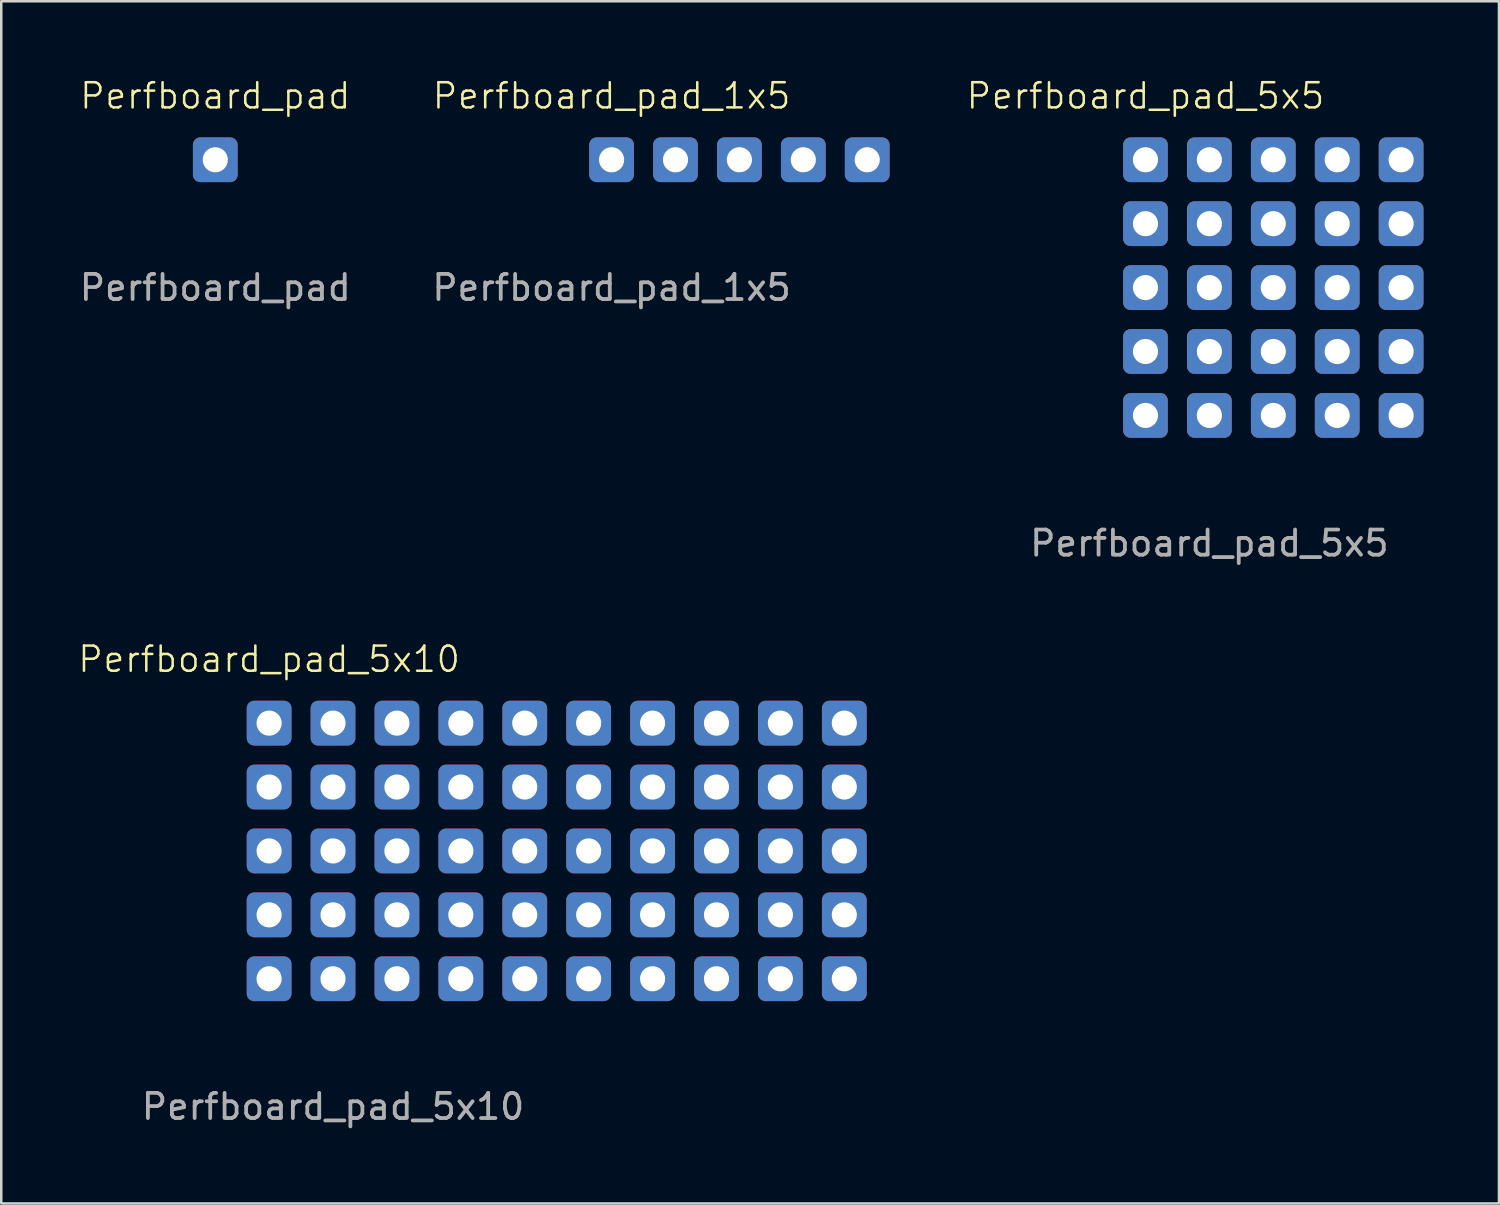
<source format=kicad_pcb>
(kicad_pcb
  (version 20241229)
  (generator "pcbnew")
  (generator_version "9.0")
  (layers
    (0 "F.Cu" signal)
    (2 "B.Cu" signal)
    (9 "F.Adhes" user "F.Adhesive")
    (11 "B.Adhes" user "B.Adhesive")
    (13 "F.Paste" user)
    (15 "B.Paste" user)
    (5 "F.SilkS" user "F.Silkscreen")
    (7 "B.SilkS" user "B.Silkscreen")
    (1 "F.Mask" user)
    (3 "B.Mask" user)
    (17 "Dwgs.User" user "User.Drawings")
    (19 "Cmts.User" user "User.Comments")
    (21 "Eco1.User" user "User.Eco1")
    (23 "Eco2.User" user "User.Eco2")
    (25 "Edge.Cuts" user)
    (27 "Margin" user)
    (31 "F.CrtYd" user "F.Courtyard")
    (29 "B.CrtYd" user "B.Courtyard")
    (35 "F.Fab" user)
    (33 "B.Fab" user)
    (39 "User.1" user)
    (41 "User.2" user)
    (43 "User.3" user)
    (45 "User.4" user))
  (footprint "Perfboard_pad_5x5"
    (layer "F.Cu")
    (at 42.474 3.3)
    (property "Reference" "Perfboard_pad_5x5" (at 0 -2.54 0) (unlocked yes) (layer "F.SilkS") (effects (font (size 1 1) (thickness 0.1))))
    (attr through_hole board_only exclude_from_pos_files exclude_from_bom allow_missing_courtyard)
    (fp_text user "${REFERENCE}" (at 2.54 15.24 0) (unlocked yes) (layer "F.Fab") (effects (font (size 1 1) (thickness 0.15))))
    (pad "" thru_hole roundrect (at 0 0) (size 1.778 1.778) (drill 1) (layers "*.Cu" "*.Mask") (roundrect_rratio 0.164))
    (pad "" thru_hole roundrect (at 0 2.54) (size 1.778 1.778) (drill 1) (layers "*.Cu" "*.Mask") (roundrect_rratio 0.164))
    (pad "" thru_hole roundrect (at 0 5.08) (size 1.778 1.778) (drill 1) (layers "*.Cu" "*.Mask") (roundrect_rratio 0.164))
    (pad "" thru_hole roundrect (at 0 7.62) (size 1.778 1.778) (drill 1) (layers "*.Cu" "*.Mask") (roundrect_rratio 0.164))
    (pad "" thru_hole roundrect (at 0 10.16) (size 1.778 1.778) (drill 1) (layers "*.Cu" "*.Mask") (roundrect_rratio 0.164))
    (pad "" thru_hole roundrect (at 2.54 0) (size 1.778 1.778) (drill 1) (layers "*.Cu" "*.Mask") (roundrect_rratio 0.164))
    (pad "" thru_hole roundrect (at 2.54 2.54) (size 1.778 1.778) (drill 1) (layers "*.Cu" "*.Mask") (roundrect_rratio 0.164))
    (pad "" thru_hole roundrect (at 2.54 5.08) (size 1.778 1.778) (drill 1) (layers "*.Cu" "*.Mask") (roundrect_rratio 0.164))
    (pad "" thru_hole roundrect (at 2.54 7.62) (size 1.778 1.778) (drill 1) (layers "*.Cu" "*.Mask") (roundrect_rratio 0.164))
    (pad "" thru_hole roundrect (at 2.54 10.16) (size 1.778 1.778) (drill 1) (layers "*.Cu" "*.Mask") (roundrect_rratio 0.164))
    (pad "" thru_hole roundrect (at 5.08 0) (size 1.778 1.778) (drill 1) (layers "*.Cu" "*.Mask") (roundrect_rratio 0.164))
    (pad "" thru_hole roundrect (at 5.08 2.54) (size 1.778 1.778) (drill 1) (layers "*.Cu" "*.Mask") (roundrect_rratio 0.164))
    (pad "" thru_hole roundrect (at 5.08 5.08) (size 1.778 1.778) (drill 1) (layers "*.Cu" "*.Mask") (roundrect_rratio 0.164))
    (pad "" thru_hole roundrect (at 5.08 7.62) (size 1.778 1.778) (drill 1) (layers "*.Cu" "*.Mask") (roundrect_rratio 0.164))
    (pad "" thru_hole roundrect (at 5.08 10.16) (size 1.778 1.778) (drill 1) (layers "*.Cu" "*.Mask") (roundrect_rratio 0.164))
    (pad "" thru_hole roundrect (at 7.62 0) (size 1.778 1.778) (drill 1) (layers "*.Cu" "*.Mask") (roundrect_rratio 0.164))
    (pad "" thru_hole roundrect (at 7.62 2.54) (size 1.778 1.778) (drill 1) (layers "*.Cu" "*.Mask") (roundrect_rratio 0.164))
    (pad "" thru_hole roundrect (at 7.62 5.08) (size 1.778 1.778) (drill 1) (layers "*.Cu" "*.Mask") (roundrect_rratio 0.164))
    (pad "" thru_hole roundrect (at 7.62 7.62) (size 1.778 1.778) (drill 1) (layers "*.Cu" "*.Mask") (roundrect_rratio 0.164))
    (pad "" thru_hole roundrect (at 7.62 10.16) (size 1.778 1.778) (drill 1) (layers "*.Cu" "*.Mask") (roundrect_rratio 0.164))
    (pad "" thru_hole roundrect (at 10.16 0) (size 1.778 1.778) (drill 1) (layers "*.Cu" "*.Mask") (roundrect_rratio 0.164))
    (pad "" thru_hole roundrect (at 10.16 2.54) (size 1.778 1.778) (drill 1) (layers "*.Cu" "*.Mask") (roundrect_rratio 0.164))
    (pad "" thru_hole roundrect (at 10.16 5.08) (size 1.778 1.778) (drill 1) (layers "*.Cu" "*.Mask") (roundrect_rratio 0.164))
    (pad "" thru_hole roundrect (at 10.16 7.62) (size 1.778 1.778) (drill 1) (layers "*.Cu" "*.Mask") (roundrect_rratio 0.164))
    (pad "" thru_hole roundrect (at 10.16 10.16) (size 1.778 1.778) (drill 1) (layers "*.Cu" "*.Mask") (roundrect_rratio 0.164)))
  (footprint "Perfboard_pad"
    (layer "F.Cu")
    (at 5.506 3.3)
    (property "Reference" "Perfboard_pad" (at 0 -2.54 0) (unlocked yes) (layer "F.SilkS") (effects (font (size 1 1) (thickness 0.1))))
    (attr through_hole board_only exclude_from_pos_files exclude_from_bom allow_missing_courtyard)
    (fp_text user "${REFERENCE}" (at 0 5.08 0) (unlocked yes) (layer "F.Fab") (effects (font (size 1 1) (thickness 0.15))))
    (pad "" thru_hole roundrect (at 0 0) (size 1.778 1.778) (drill 1) (layers "*.Cu" "*.Mask") (roundrect_rratio 0.164)))
  (footprint "Perfboard_pad_5x10"
    (layer "F.Cu")
    (at 7.645 25.689)
    (property "Reference" "Perfboard_pad_5x10" (at 0 -2.54 0) (unlocked yes) (layer "F.SilkS") (effects (font (size 1 1) (thickness 0.1))))
    (attr through_hole board_only exclude_from_pos_files exclude_from_bom allow_missing_courtyard)
    (fp_text user "${REFERENCE}" (at 2.54 15.24 0) (unlocked yes) (layer "F.Fab") (effects (font (size 1 1) (thickness 0.15))))
    (pad "" thru_hole roundrect (at 0 0) (size 1.778 1.778) (drill 1) (layers "*.Cu" "*.Mask") (roundrect_rratio 0.164))
    (pad "" thru_hole roundrect (at 0 2.54) (size 1.778 1.778) (drill 1) (layers "*.Cu" "*.Mask") (roundrect_rratio 0.164))
    (pad "" thru_hole roundrect (at 0 5.08) (size 1.778 1.778) (drill 1) (layers "*.Cu" "*.Mask") (roundrect_rratio 0.164))
    (pad "" thru_hole roundrect (at 0 7.62) (size 1.778 1.778) (drill 1) (layers "*.Cu" "*.Mask") (roundrect_rratio 0.164))
    (pad "" thru_hole roundrect (at 0 10.16) (size 1.778 1.778) (drill 1) (layers "*.Cu" "*.Mask") (roundrect_rratio 0.164))
    (pad "" thru_hole roundrect (at 2.54 0) (size 1.778 1.778) (drill 1) (layers "*.Cu" "*.Mask") (roundrect_rratio 0.164))
    (pad "" thru_hole roundrect (at 2.54 2.54) (size 1.778 1.778) (drill 1) (layers "*.Cu" "*.Mask") (roundrect_rratio 0.164))
    (pad "" thru_hole roundrect (at 2.54 5.08) (size 1.778 1.778) (drill 1) (layers "*.Cu" "*.Mask") (roundrect_rratio 0.164))
    (pad "" thru_hole roundrect (at 2.54 7.62) (size 1.778 1.778) (drill 1) (layers "*.Cu" "*.Mask") (roundrect_rratio 0.164))
    (pad "" thru_hole roundrect (at 2.54 10.16) (size 1.778 1.778) (drill 1) (layers "*.Cu" "*.Mask") (roundrect_rratio 0.164))
    (pad "" thru_hole roundrect (at 5.08 0) (size 1.778 1.778) (drill 1) (layers "*.Cu" "*.Mask") (roundrect_rratio 0.164))
    (pad "" thru_hole roundrect (at 5.08 2.54) (size 1.778 1.778) (drill 1) (layers "*.Cu" "*.Mask") (roundrect_rratio 0.164))
    (pad "" thru_hole roundrect (at 5.08 5.08) (size 1.778 1.778) (drill 1) (layers "*.Cu" "*.Mask") (roundrect_rratio 0.164))
    (pad "" thru_hole roundrect (at 5.08 7.62) (size 1.778 1.778) (drill 1) (layers "*.Cu" "*.Mask") (roundrect_rratio 0.164))
    (pad "" thru_hole roundrect (at 5.08 10.16) (size 1.778 1.778) (drill 1) (layers "*.Cu" "*.Mask") (roundrect_rratio 0.164))
    (pad "" thru_hole roundrect (at 7.62 0) (size 1.778 1.778) (drill 1) (layers "*.Cu" "*.Mask") (roundrect_rratio 0.164))
    (pad "" thru_hole roundrect (at 7.62 2.54) (size 1.778 1.778) (drill 1) (layers "*.Cu" "*.Mask") (roundrect_rratio 0.164))
    (pad "" thru_hole roundrect (at 7.62 5.08) (size 1.778 1.778) (drill 1) (layers "*.Cu" "*.Mask") (roundrect_rratio 0.164))
    (pad "" thru_hole roundrect (at 7.62 7.62) (size 1.778 1.778) (drill 1) (layers "*.Cu" "*.Mask") (roundrect_rratio 0.164))
    (pad "" thru_hole roundrect (at 7.62 10.16) (size 1.778 1.778) (drill 1) (layers "*.Cu" "*.Mask") (roundrect_rratio 0.164))
    (pad "" thru_hole roundrect (at 10.16 0) (size 1.778 1.778) (drill 1) (layers "*.Cu" "*.Mask") (roundrect_rratio 0.164))
    (pad "" thru_hole roundrect (at 10.16 2.54) (size 1.778 1.778) (drill 1) (layers "*.Cu" "*.Mask") (roundrect_rratio 0.164))
    (pad "" thru_hole roundrect (at 10.16 5.08) (size 1.778 1.778) (drill 1) (layers "*.Cu" "*.Mask") (roundrect_rratio 0.164))
    (pad "" thru_hole roundrect (at 10.16 7.62) (size 1.778 1.778) (drill 1) (layers "*.Cu" "*.Mask") (roundrect_rratio 0.164))
    (pad "" thru_hole roundrect (at 10.16 10.16) (size 1.778 1.778) (drill 1) (layers "*.Cu" "*.Mask") (roundrect_rratio 0.164))
    (pad "" thru_hole roundrect (at 12.7 0) (size 1.778 1.778) (drill 1) (layers "*.Cu" "*.Mask") (roundrect_rratio 0.164))
    (pad "" thru_hole roundrect (at 12.7 2.54) (size 1.778 1.778) (drill 1) (layers "*.Cu" "*.Mask") (roundrect_rratio 0.164))
    (pad "" thru_hole roundrect (at 12.7 5.08) (size 1.778 1.778) (drill 1) (layers "*.Cu" "*.Mask") (roundrect_rratio 0.164))
    (pad "" thru_hole roundrect (at 12.7 7.62) (size 1.778 1.778) (drill 1) (layers "*.Cu" "*.Mask") (roundrect_rratio 0.164))
    (pad "" thru_hole roundrect (at 12.7 10.16) (size 1.778 1.778) (drill 1) (layers "*.Cu" "*.Mask") (roundrect_rratio 0.164))
    (pad "" thru_hole roundrect (at 15.24 0) (size 1.778 1.778) (drill 1) (layers "*.Cu" "*.Mask") (roundrect_rratio 0.164))
    (pad "" thru_hole roundrect (at 15.24 2.54) (size 1.778 1.778) (drill 1) (layers "*.Cu" "*.Mask") (roundrect_rratio 0.164))
    (pad "" thru_hole roundrect (at 15.24 5.08) (size 1.778 1.778) (drill 1) (layers "*.Cu" "*.Mask") (roundrect_rratio 0.164))
    (pad "" thru_hole roundrect (at 15.24 7.62) (size 1.778 1.778) (drill 1) (layers "*.Cu" "*.Mask") (roundrect_rratio 0.164))
    (pad "" thru_hole roundrect (at 15.24 10.16) (size 1.778 1.778) (drill 1) (layers "*.Cu" "*.Mask") (roundrect_rratio 0.164))
    (pad "" thru_hole roundrect (at 17.78 0) (size 1.778 1.778) (drill 1) (layers "*.Cu" "*.Mask") (roundrect_rratio 0.164))
    (pad "" thru_hole roundrect (at 17.78 2.54) (size 1.778 1.778) (drill 1) (layers "*.Cu" "*.Mask") (roundrect_rratio 0.164))
    (pad "" thru_hole roundrect (at 17.78 5.08) (size 1.778 1.778) (drill 1) (layers "*.Cu" "*.Mask") (roundrect_rratio 0.164))
    (pad "" thru_hole roundrect (at 17.78 7.62) (size 1.778 1.778) (drill 1) (layers "*.Cu" "*.Mask") (roundrect_rratio 0.164))
    (pad "" thru_hole roundrect (at 17.78 10.16) (size 1.778 1.778) (drill 1) (layers "*.Cu" "*.Mask") (roundrect_rratio 0.164))
    (pad "" thru_hole roundrect (at 20.32 0) (size 1.778 1.778) (drill 1) (layers "*.Cu" "*.Mask") (roundrect_rratio 0.164))
    (pad "" thru_hole roundrect (at 20.32 2.54) (size 1.778 1.778) (drill 1) (layers "*.Cu" "*.Mask") (roundrect_rratio 0.164))
    (pad "" thru_hole roundrect (at 20.32 5.08) (size 1.778 1.778) (drill 1) (layers "*.Cu" "*.Mask") (roundrect_rratio 0.164))
    (pad "" thru_hole roundrect (at 20.32 7.62) (size 1.778 1.778) (drill 1) (layers "*.Cu" "*.Mask") (roundrect_rratio 0.164))
    (pad "" thru_hole roundrect (at 20.32 10.16) (size 1.778 1.778) (drill 1) (layers "*.Cu" "*.Mask") (roundrect_rratio 0.164))
    (pad "" thru_hole roundrect (at 22.86 0) (size 1.778 1.778) (drill 1) (layers "*.Cu" "*.Mask") (roundrect_rratio 0.164))
    (pad "" thru_hole roundrect (at 22.86 2.54) (size 1.778 1.778) (drill 1) (layers "*.Cu" "*.Mask") (roundrect_rratio 0.164))
    (pad "" thru_hole roundrect (at 22.86 5.08) (size 1.778 1.778) (drill 1) (layers "*.Cu" "*.Mask") (roundrect_rratio 0.164))
    (pad "" thru_hole roundrect (at 22.86 7.62) (size 1.778 1.778) (drill 1) (layers "*.Cu" "*.Mask") (roundrect_rratio 0.164))
    (pad "" thru_hole roundrect (at 22.86 10.16) (size 1.778 1.778) (drill 1) (layers "*.Cu" "*.Mask") (roundrect_rratio 0.164)))
  (footprint "Perfboard_pad_1x5"
    (layer "F.Cu")
    (at 21.256 3.3)
    (property "Reference" "Perfboard_pad_1x5" (at 0 -2.54 0) (unlocked yes) (layer "F.SilkS") (effects (font (size 1 1) (thickness 0.1))))
    (attr through_hole board_only exclude_from_pos_files exclude_from_bom allow_missing_courtyard)
    (fp_text user "${REFERENCE}" (at 0 5.08 0) (unlocked yes) (layer "F.Fab") (effects (font (size 1 1) (thickness 0.15))))
    (pad "" thru_hole roundrect (at 0 0) (size 1.778 1.778) (drill 1) (layers "*.Cu" "*.Mask") (roundrect_rratio 0.164))
    (pad "" thru_hole roundrect (at 2.54 0) (size 1.778 1.778) (drill 1) (layers "*.Cu" "*.Mask") (roundrect_rratio 0.164))
    (pad "" thru_hole roundrect (at 5.08 0) (size 1.778 1.778) (drill 1) (layers "*.Cu" "*.Mask") (roundrect_rratio 0.164))
    (pad "" thru_hole roundrect (at 7.62 0) (size 1.778 1.778) (drill 1) (layers "*.Cu" "*.Mask") (roundrect_rratio 0.164))
    (pad "" thru_hole roundrect (at 10.16 0) (size 1.778 1.778) (drill 1) (layers "*.Cu" "*.Mask") (roundrect_rratio 0.164)))
  (gr_rect
    (start -3 -3)
    (end 56.523 44.778)
    (stroke (width 0.1) (type default))
    (fill no)
    (layer "Edge.Cuts")))
</source>
